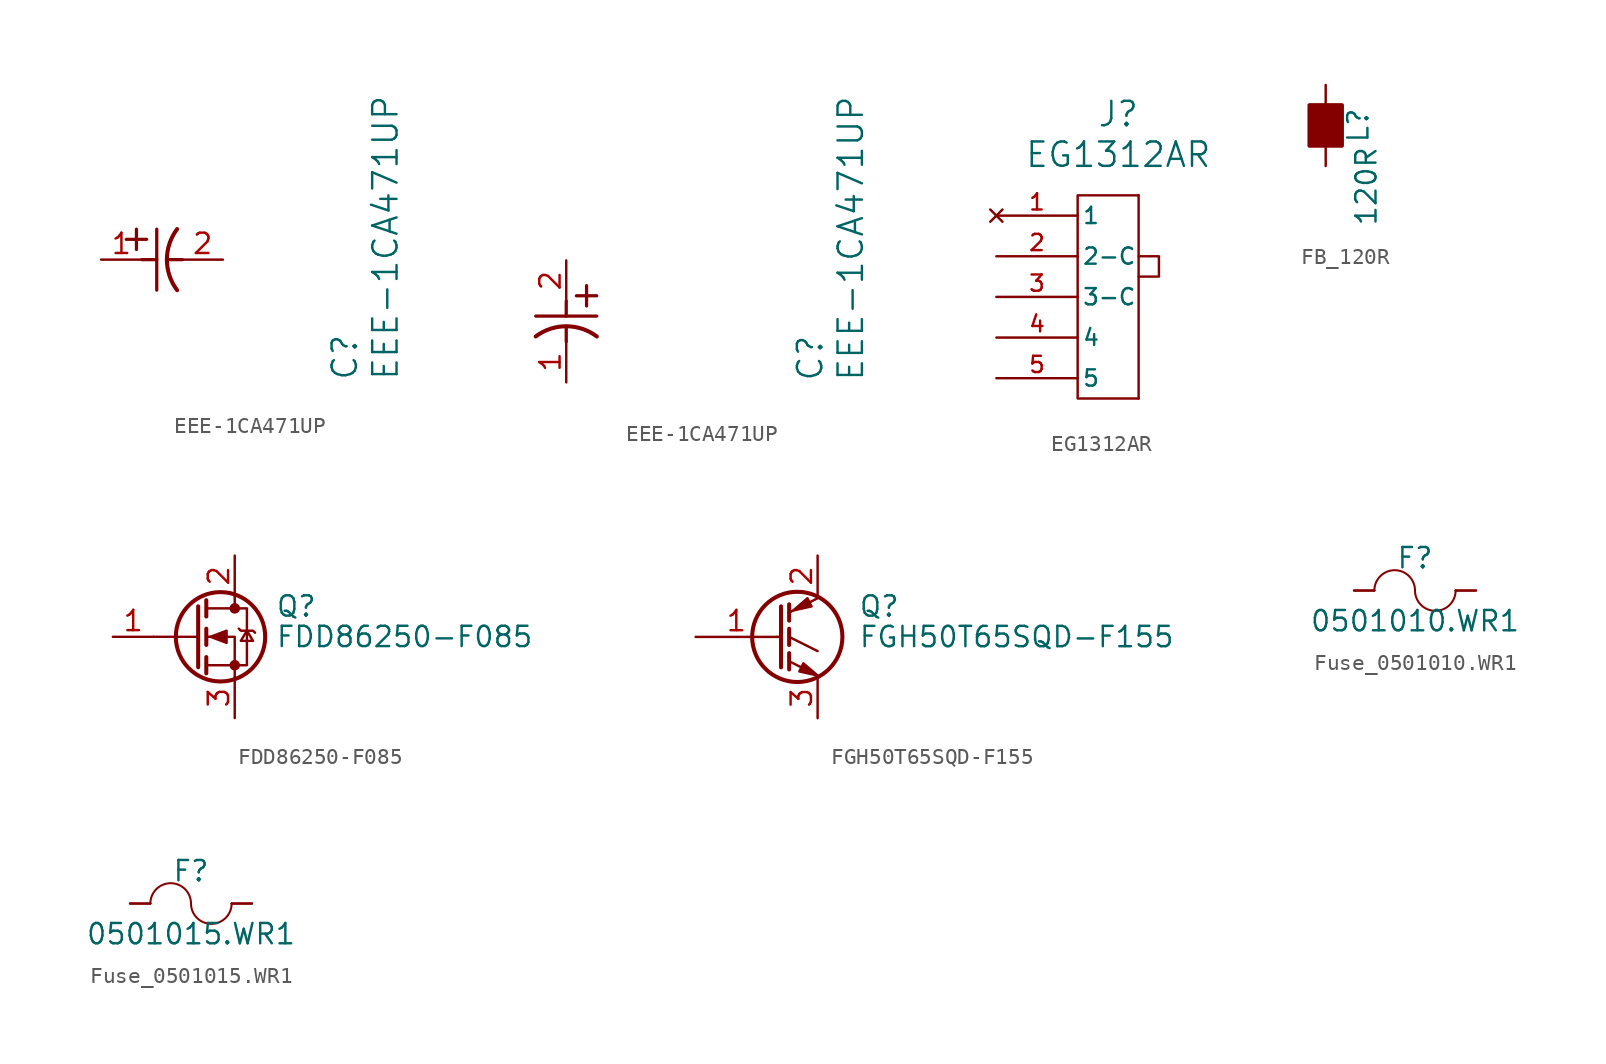
<source format=kicad_sym>
(kicad_symbol_lib
  (version 20231120)
  (generator "kicad_symbol_editor")
  (generator_version "8.0")
  (symbol "EEE-1CA471UP"
    (pin_names
      (offset 0.254))
    (property "Reference" "C"
      (at 15.24 -7.62 90)
      (effects (font (size 1.524 1.524)) (justify left)))
    (property "Value" "EEE-1CA471UP"
      (at 17.78 -7.62 90)
      (effects (font (size 1.524 1.524)) (justify left)))
    (symbol "EEE-1CA471UP_1_1"
      (polyline (pts (xy 1.575 1.27) (xy 2.845 1.27)) (stroke (width 0.203) (type default)) (fill (type none)))
      (polyline (pts (xy 2.21 0.635) (xy 2.21 1.905)) (stroke (width 0.203) (type default)) (fill (type none)))
      (polyline (pts (xy 2.54 0) (xy 3.48 0)) (stroke (width 0.203) (type default)) (fill (type none)))
      (polyline (pts (xy 3.48 -1.905) (xy 3.48 1.905)) (stroke (width 0.203) (type default)) (fill (type none)))
      (polyline (pts (xy 4.115 0) (xy 5.08 0)) (stroke (width 0.203) (type default)) (fill (type none)))
      (arc (start 4.7541 1.9108) (mid 4.1148 0) (end 4.7541 -1.9108) (stroke (width 0.254) (type default)) (fill (type none)))
      (pin unspecified line (at 0 0 0) (length 2.54) (name "" (effects (font (size 1.27 1.27)))) (number "1" (effects (font (size 1.27 1.27)))))
      (pin unspecified line (at 7.62 0 180) (length 2.54) (name "" (effects (font (size 1.27 1.27)))) (number "2" (effects (font (size 1.27 1.27))))))
    (symbol "EEE-1CA471UP_1_2"
      (polyline (pts (xy -1.905 -3.48) (xy 1.905 -3.48)) (stroke (width 0.203) (type default)) (fill (type none)))
      (polyline (pts (xy 0 -4.115) (xy 0 -5.08)) (stroke (width 0.203) (type default)) (fill (type none)))
      (polyline (pts (xy 0 -2.54) (xy 0 -3.48)) (stroke (width 0.203) (type default)) (fill (type none)))
      (polyline (pts (xy 0.635 -2.21) (xy 1.905 -2.21)) (stroke (width 0.203) (type default)) (fill (type none)))
      (polyline (pts (xy 1.27 -1.575) (xy 1.27 -2.845)) (stroke (width 0.203) (type default)) (fill (type none)))
      (arc (start 1.9108 -4.7541) (mid 0 -4.1148) (end -1.9108 -4.7541) (stroke (width 0.254) (type default)) (fill (type none)))
      (pin unspecified line (at 0 -7.62 90) (length 2.54) (name "" (effects (font (size 1.27 1.27)))) (number "1" (effects (font (size 1.27 1.27)))))
      (pin unspecified line (at 0 0 270) (length 2.54) (name "" (effects (font (size 1.27 1.27)))) (number "2" (effects (font (size 1.27 1.27)))))))
  (symbol "EG1312AR"
    (pin_names
      (offset 0.254))
    (property "Reference" "J"
      (at 1.27 11.43 0)
      (effects (font (size 1.524 1.524))))
    (property "Value" "EG1312AR"
      (at 1.27 8.89 0)
      (effects (font (size 1.524 1.524))))
    (symbol "EG1312AR_0_1"
      (polyline (pts (xy 2.54 2.54) (xy 3.81 2.54) (xy 3.81 1.27) (xy 2.54 1.27)) (stroke (width 0) (type default)) (fill (type none))))
    (symbol "EG1312AR_1_0"
      (pin no_connect line (at -6.35 5.08 0) (length 5.08) (name "1" (effects (font (size 1.016 1.016)))) (number "1" (effects (font (size 1.016 1.016)))))
      (pin input line (at -6.35 2.54 0) (length 5.08) (name "2-C" (effects (font (size 1.016 1.016)))) (number "2" (effects (font (size 1.016 1.016)))))
      (pin input line (at -6.35 0 0) (length 5.08) (name "3-C" (effects (font (size 1.016 1.016)))) (number "3" (effects (font (size 1.016 1.016)))))
      (pin output line (at -6.35 -2.54 0) (length 5.08) (name "4" (effects (font (size 1.016 1.016)))) (number "4" (effects (font (size 1.016 1.016)))))
      (pin output line (at -6.35 -5.08 0) (length 5.08) (name "5" (effects (font (size 1.016 1.016)))) (number "5" (effects (font (size 1.016 1.016))))))
    (symbol "EG1312AR_1_1"
      (polyline (pts (xy 2.54 6.35) (xy 2.54 -6.35)) (stroke (width 0) (type default)) (fill (type none)))
      (polyline (pts (xy 2.54 -6.35) (xy -1.27 -6.35) (xy -1.27 6.35) (xy 2.54 6.35)) (stroke (width 0) (type default)) (fill (type none)))))
  (symbol "FB_120R"
    (pin_numbers hide)
    (pin_names
      (offset 0))
    (property "Reference" "L"
      (at 2.032 0 90)
      (effects (font (size 1.27 1.27))))
    (property "Value" "120R"
      (at 2.54 -3.81 90)
      (effects (font (size 1.27 1.27))))
    (symbol "FB_120R_1_1"
      (rectangle (start -1.016 1.27) (end 1.016 -1.27) (stroke (width 0.254) (type default)) (fill (type outline)))
      (pin passive line (at 0 2.54 270) (length 1.27) (name "~" (effects (font (size 1.27 1.27)))) (number "1" (effects (font (size 1.27 1.27)))))
      (pin passive line (at 0 -2.54 90) (length 1.27) (name "~" (effects (font (size 1.27 1.27)))) (number "2" (effects (font (size 1.27 1.27)))))))
  (symbol "FDD86250-F085"
    (pin_names hide)
    (property "Reference" "Q"
      (at 5.08 1.905 0)
      (effects (font (size 1.27 1.27)) (justify left)))
    (property "Value" "FDD86250-F085"
      (at 5.08 0 0)
      (effects (font (size 1.27 1.27)) (justify left)))
    (symbol "FDD86250-F085_0_1"
      (polyline (pts (xy 0.254 0) (xy -2.54 0)) (stroke (width 0) (type default)) (fill (type none)))
      (polyline (pts (xy 0.254 1.905) (xy 0.254 -1.905)) (stroke (width 0.254) (type default)) (fill (type none)))
      (polyline (pts (xy 0.762 -1.27) (xy 0.762 -2.286)) (stroke (width 0.254) (type default)) (fill (type none)))
      (polyline (pts (xy 0.762 0.508) (xy 0.762 -0.508)) (stroke (width 0.254) (type default)) (fill (type none)))
      (polyline (pts (xy 0.762 2.286) (xy 0.762 1.27)) (stroke (width 0.254) (type default)) (fill (type none)))
      (polyline (pts (xy 2.54 2.54) (xy 2.54 1.778)) (stroke (width 0) (type default)) (fill (type none)))
      (polyline (pts (xy 2.54 -2.54) (xy 2.54 0) (xy 0.762 0)) (stroke (width 0) (type default)) (fill (type none)))
      (polyline (pts (xy 0.762 -1.778) (xy 3.302 -1.778) (xy 3.302 1.778) (xy 0.762 1.778)) (stroke (width 0) (type default)) (fill (type none)))
      (polyline (pts (xy 1.016 0) (xy 2.032 0.381) (xy 2.032 -0.381) (xy 1.016 0)) (stroke (width 0) (type default)) (fill (type outline)))
      (polyline (pts (xy 2.794 0.508) (xy 2.921 0.381) (xy 3.683 0.381) (xy 3.81 0.254)) (stroke (width 0) (type default)) (fill (type none)))
      (polyline (pts (xy 3.302 0.381) (xy 2.921 -0.254) (xy 3.683 -0.254) (xy 3.302 0.381)) (stroke (width 0) (type default)) (fill (type none)))
      (circle (center 1.651 0) (radius 2.794) (stroke (width 0.254) (type default)) (fill (type none)))
      (circle (center 2.54 -1.778) (radius 0.254) (stroke (width 0) (type default)) (fill (type outline)))
      (circle (center 2.54 1.778) (radius 0.254) (stroke (width 0) (type default)) (fill (type outline))))
    (symbol "FDD86250-F085_1_1"
      (pin passive line (at -5.08 0 0) (length 2.54) (name "G" (effects (font (size 1.27 1.27)))) (number "1" (effects (font (size 1.27 1.27)))))
      (pin passive line (at 2.54 5.08 270) (length 2.54) (name "D" (effects (font (size 1.27 1.27)))) (number "2" (effects (font (size 1.27 1.27)))))
      (pin passive line (at 2.54 -5.08 90) (length 2.54) (name "S" (effects (font (size 1.27 1.27)))) (number "3" (effects (font (size 1.27 1.27)))))))
  (symbol "FGH50T65SQD-F155"
    (pin_names
      (offset 0) hide)
    (property "Reference" "Q"
      (at 5.08 1.905 0)
      (effects (font (size 1.27 1.27)) (justify left)))
    (property "Value" "FGH50T65SQD-F155\n"
      (at 5.08 0 0)
      (effects (font (size 1.27 1.27)) (justify left)))
    (symbol "FGH50T65SQD-F155_0_1"
      (polyline (pts (xy 0 0) (xy 0.254 0)) (stroke (width 0) (type default)) (fill (type none)))
      (polyline (pts (xy 0.762 -1.016) (xy 0.762 -2.032)) (stroke (width 0.254) (type default)) (fill (type none)))
      (polyline (pts (xy 0.762 0.508) (xy 0.762 -0.508)) (stroke (width 0.254) (type default)) (fill (type none)))
      (polyline (pts (xy 0.762 2.032) (xy 0.762 1.016)) (stroke (width 0.254) (type default)) (fill (type none)))
      (polyline (pts (xy 2.54 -2.413) (xy 0.762 -1.524)) (stroke (width 0) (type default)) (fill (type none)))
      (polyline (pts (xy 2.54 -0.889) (xy 0.762 0)) (stroke (width 0) (type default)) (fill (type none)))
      (polyline (pts (xy 2.54 2.413) (xy 0.762 1.524)) (stroke (width 0) (type default)) (fill (type none)))
      (polyline (pts (xy 0.254 1.905) (xy 0.254 -1.905) (xy 0.254 -1.905)) (stroke (width 0.254) (type default)) (fill (type none)))
      (polyline (pts (xy 1.397 -2.159) (xy 1.651 -1.651) (xy 2.54 -2.413) (xy 1.397 -2.159)) (stroke (width 0) (type default)) (fill (type outline)))
      (polyline (pts (xy 2.159 1.905) (xy 1.905 2.413) (xy 1.016 1.651) (xy 2.159 1.905)) (stroke (width 0) (type default)) (fill (type outline)))
      (circle (center 1.27 0) (radius 2.819) (stroke (width 0.254) (type default)) (fill (type none))))
    (symbol "FGH50T65SQD-F155_1_1"
      (pin input line (at -5.08 0 0) (length 5.08) (name "G" (effects (font (size 1.27 1.27)))) (number "1" (effects (font (size 1.27 1.27)))))
      (pin passive line (at 2.54 5.08 270) (length 2.54) (name "C" (effects (font (size 1.27 1.27)))) (number "2" (effects (font (size 1.27 1.27)))))
      (pin passive line (at 2.54 -5.08 90) (length 2.54) (name "E" (effects (font (size 1.27 1.27)))) (number "3" (effects (font (size 1.27 1.27)))))))
  (symbol "Fuse_0501010.WR1"
    (pin_numbers hide)
    (pin_names
      (offset 0))
    (property "Reference" "F"
      (at 0 2.032 0)
      (effects (font (size 1.27 1.27))))
    (property "Value" "0501010.WR1"
      (at 0 -1.905 0)
      (effects (font (size 1.27 1.27))))
    (symbol "Fuse_0501010.WR1_0_1"
      (arc (start 0 0) (mid -1.27 1.2645) (end -2.54 0) (stroke (width 0.127) (type default)) (fill (type none)))
      (polyline (pts (xy -3.81 0) (xy -2.54 0)) (stroke (width 0.127) (type default)) (fill (type none)))
      (polyline (pts (xy 2.54 0) (xy 3.81 0)) (stroke (width 0.127) (type default)) (fill (type none)))
      (arc (start 0 0) (mid 1.27 -1.2645) (end 2.54 0) (stroke (width 0.127) (type default)) (fill (type none))))
    (symbol "Fuse_0501010.WR1_1_1"
      (pin passive line (at -3.81 0 0) (length 1.27) (name "~" (effects (font (size 1.27 1.27)))) (number "1" (effects (font (size 1.27 1.27)))))
      (pin passive line (at 3.81 0 180) (length 1.27) (name "~" (effects (font (size 1.27 1.27)))) (number "2" (effects (font (size 1.27 1.27)))))))
  (symbol "Fuse_0501015.WR1"
    (pin_numbers hide)
    (pin_names
      (offset 0))
    (property "Reference" "F"
      (at 0 2.032 0)
      (effects (font (size 1.27 1.27))))
    (property "Value" "0501015.WR1"
      (at 0 -1.905 0)
      (effects (font (size 1.27 1.27))))
    (symbol "Fuse_0501015.WR1_0_1"
      (arc (start 0 0) (mid -1.27 1.2645) (end -2.54 0) (stroke (width 0.127) (type default)) (fill (type none)))
      (polyline (pts (xy -3.81 0) (xy -2.54 0)) (stroke (width 0.127) (type default)) (fill (type none)))
      (polyline (pts (xy 2.54 0) (xy 3.81 0)) (stroke (width 0.127) (type default)) (fill (type none)))
      (arc (start 0 0) (mid 1.27 -1.2645) (end 2.54 0) (stroke (width 0.127) (type default)) (fill (type none))))
    (symbol "Fuse_0501015.WR1_1_1"
      (pin passive line (at -3.81 0 0) (length 1.27) (name "~" (effects (font (size 1.27 1.27)))) (number "1" (effects (font (size 1.27 1.27)))))
      (pin passive line (at 3.81 0 180) (length 1.27) (name "~" (effects (font (size 1.27 1.27)))) (number "2" (effects (font (size 1.27 1.27))))))))
</source>
